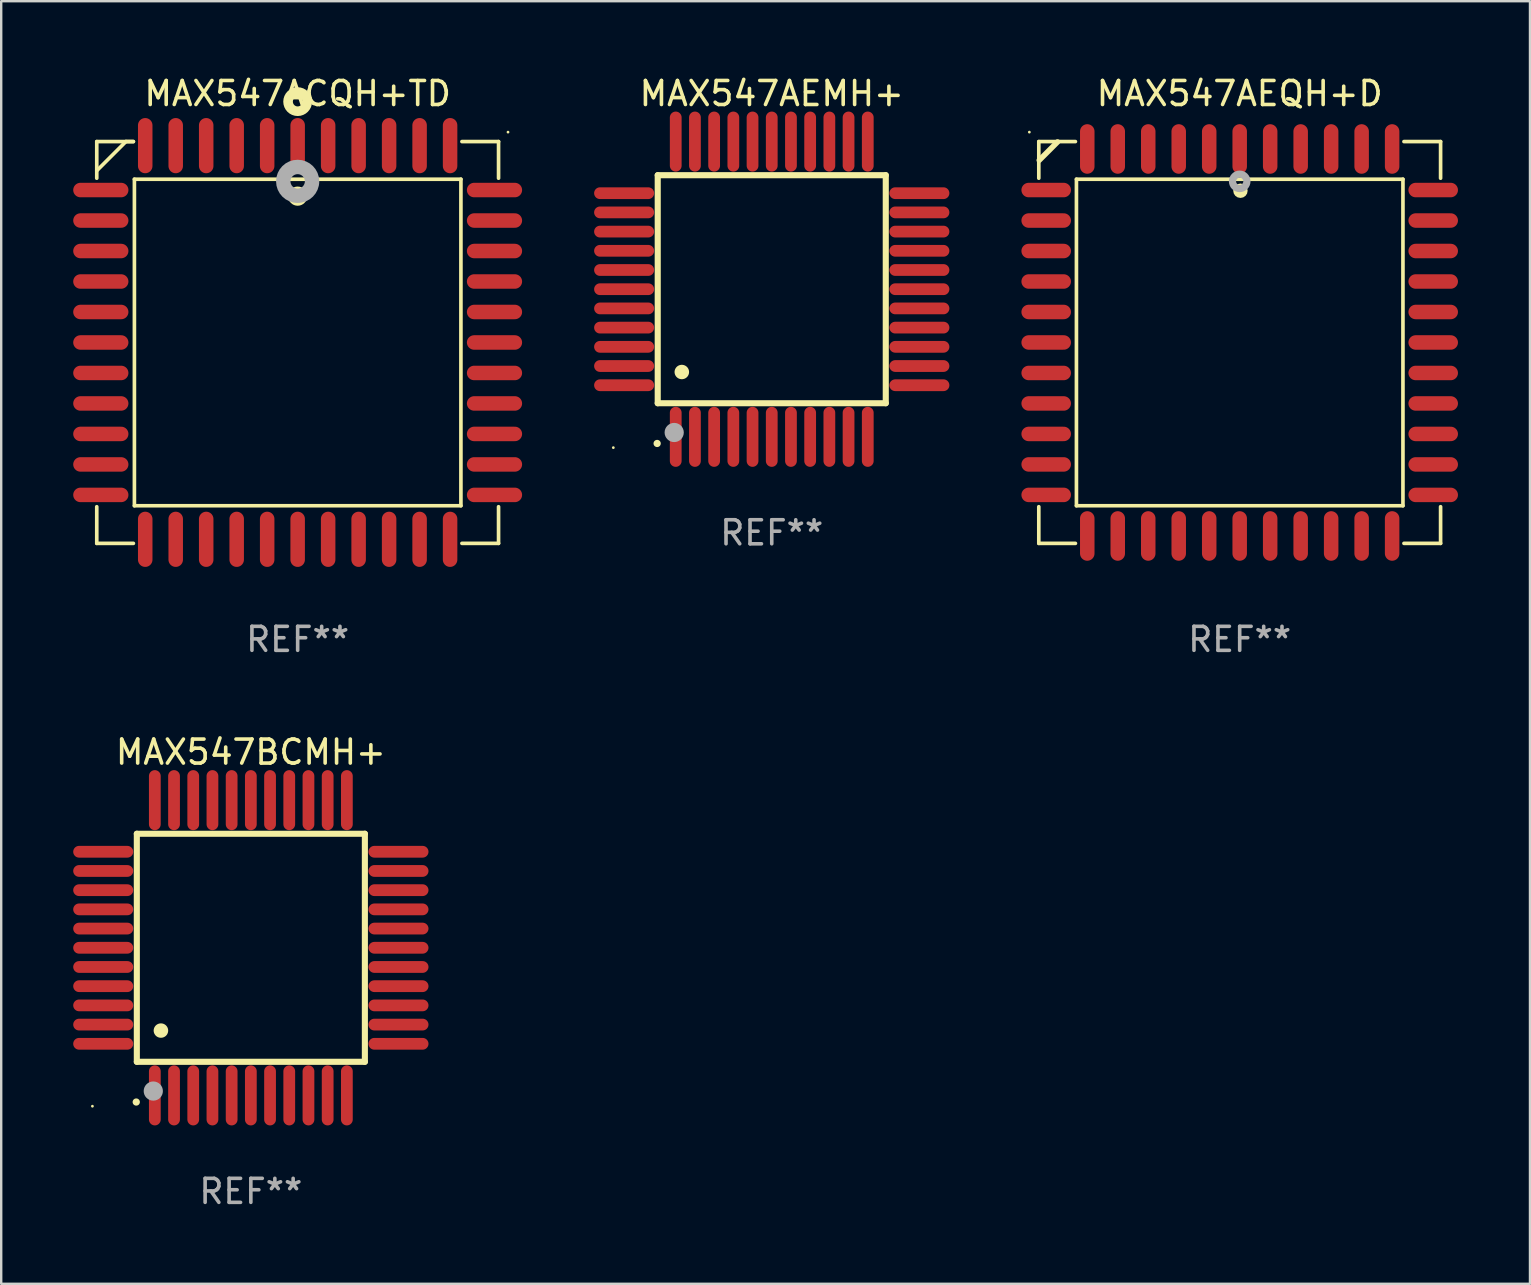
<source format=kicad_pcb>
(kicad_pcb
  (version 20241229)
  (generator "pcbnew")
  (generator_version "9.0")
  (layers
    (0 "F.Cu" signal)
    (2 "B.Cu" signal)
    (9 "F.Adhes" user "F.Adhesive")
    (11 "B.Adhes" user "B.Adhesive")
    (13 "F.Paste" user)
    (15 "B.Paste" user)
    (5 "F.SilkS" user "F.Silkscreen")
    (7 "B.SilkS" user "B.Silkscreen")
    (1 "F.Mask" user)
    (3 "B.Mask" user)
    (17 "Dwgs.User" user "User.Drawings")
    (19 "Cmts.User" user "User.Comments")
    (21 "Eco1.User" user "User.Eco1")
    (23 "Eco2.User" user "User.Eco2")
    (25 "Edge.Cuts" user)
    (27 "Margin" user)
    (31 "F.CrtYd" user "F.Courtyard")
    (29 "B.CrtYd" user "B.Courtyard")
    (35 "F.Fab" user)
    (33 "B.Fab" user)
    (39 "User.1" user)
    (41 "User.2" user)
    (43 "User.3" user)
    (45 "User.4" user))
  (footprint "MAX547AEQH+D"
    (layer "F.Cu")
    (at 48.594 11.217)
    (property "Reference" "MAX547AEQH+D" (at 0 -10.369 0) (layer "F.SilkS") (effects (font (size 1 1) (thickness 0.15))))
    (attr through_hole)
    (fp_line (start -8.369 -8.369) (end -8.369 -6.843) (stroke (width 0.152) (type solid)) (layer "F.SilkS"))
    (fp_line (start -8.369 8.369) (end -8.369 6.842) (stroke (width 0.152) (type solid)) (layer "F.SilkS"))
    (fp_line (start -7.589 -8.353) (end -8.351 -7.591) (stroke (width 0.229) (type solid)) (layer "F.SilkS"))
    (fp_line (start -6.843 -8.369) (end -8.369 -8.369) (stroke (width 0.152) (type solid)) (layer "F.SilkS"))
    (fp_line (start -6.843 8.369) (end -8.369 8.369) (stroke (width 0.152) (type solid)) (layer "F.SilkS"))
    (fp_line (start -6.801 -6.801) (end 6.801 -6.801) (stroke (width 0.152) (type solid)) (layer "F.SilkS"))
    (fp_line (start -6.801 6.801) (end -6.801 -6.801) (stroke (width 0.152) (type solid)) (layer "F.SilkS"))
    (fp_line (start 6.801 -6.801) (end 6.801 6.801) (stroke (width 0.152) (type solid)) (layer "F.SilkS"))
    (fp_line (start 6.801 6.801) (end -6.801 6.801) (stroke (width 0.152) (type solid)) (layer "F.SilkS"))
    (fp_line (start 6.843 -8.369) (end 8.369 -8.369) (stroke (width 0.152) (type solid)) (layer "F.SilkS"))
    (fp_line (start 6.843 8.369) (end 8.369 8.369) (stroke (width 0.152) (type solid)) (layer "F.SilkS"))
    (fp_line (start 8.369 -8.369) (end 8.369 -6.843) (stroke (width 0.152) (type solid)) (layer "F.SilkS"))
    (fp_line (start 8.369 8.369) (end 8.369 6.842) (stroke (width 0.152) (type solid)) (layer "F.SilkS"))
    (fp_circle (center -8.763 -8.763) (end -8.733 -8.763) (stroke (width 0.06) (type solid)) (fill no) (layer "F.SilkS"))
    (fp_circle (center 0.031 -6.321) (end 0.181 -6.321) (stroke (width 0.3) (type solid)) (fill no) (layer "F.SilkS"))
    (fp_circle (center 0.000076 -6.712) (end 0.15 -6.712) (stroke (width 0.3) (type solid)) (fill no) (layer "F.Fab"))
    (fp_text user "REF**" (at 0 12.369 0) (layer "F.Fab") (effects (font (size 1 1) (thickness 0.15))))
    (pad "1" smd oval (at 0.000076 -8.061 270) (size 2.064 0.604) (layers "F.Cu" "F.Mask" "F.Paste"))
    (pad "2" smd oval (at -1.27 -8.061 270) (size 2.064 0.604) (layers "F.Cu" "F.Mask" "F.Paste"))
    (pad "3" smd oval (at -2.54 -8.061 270) (size 2.064 0.604) (layers "F.Cu" "F.Mask" "F.Paste"))
    (pad "4" smd oval (at -3.81 -8.061 270) (size 2.064 0.604) (layers "F.Cu" "F.Mask" "F.Paste"))
    (pad "5" smd oval (at -5.08 -8.061 270) (size 2.064 0.604) (layers "F.Cu" "F.Mask" "F.Paste"))
    (pad "6" smd oval (at -6.35 -8.061 270) (size 2.064 0.604) (layers "F.Cu" "F.Mask" "F.Paste"))
    (pad "7" smd oval (at -8.061 -6.35 270) (size 0.604 2.064) (layers "F.Cu" "F.Mask" "F.Paste"))
    (pad "8" smd oval (at -8.061 -5.08 270) (size 0.604 2.064) (layers "F.Cu" "F.Mask" "F.Paste"))
    (pad "9" smd oval (at -8.061 -3.81 270) (size 0.604 2.064) (layers "F.Cu" "F.Mask" "F.Paste"))
    (pad "10" smd oval (at -8.061 -2.54 270) (size 0.604 2.064) (layers "F.Cu" "F.Mask" "F.Paste"))
    (pad "11" smd oval (at -8.061 -1.27 270) (size 0.604 2.064) (layers "F.Cu" "F.Mask" "F.Paste"))
    (pad "12" smd oval (at -8.061 -0.000051 270) (size 0.604 2.064) (layers "F.Cu" "F.Mask" "F.Paste"))
    (pad "13" smd oval (at -8.061 1.27 270) (size 0.604 2.064) (layers "F.Cu" "F.Mask" "F.Paste"))
    (pad "14" smd oval (at -8.061 2.54 270) (size 0.604 2.064) (layers "F.Cu" "F.Mask" "F.Paste"))
    (pad "15" smd oval (at -8.061 3.81 270) (size 0.604 2.064) (layers "F.Cu" "F.Mask" "F.Paste"))
    (pad "16" smd oval (at -8.061 5.08 270) (size 0.604 2.064) (layers "F.Cu" "F.Mask" "F.Paste"))
    (pad "17" smd oval (at -8.061 6.35 270) (size 0.604 2.064) (layers "F.Cu" "F.Mask" "F.Paste"))
    (pad "18" smd oval (at -6.35 8.061 270) (size 2.064 0.604) (layers "F.Cu" "F.Mask" "F.Paste"))
    (pad "19" smd oval (at -5.08 8.061 270) (size 2.064 0.604) (layers "F.Cu" "F.Mask" "F.Paste"))
    (pad "20" smd oval (at -3.81 8.061 270) (size 2.064 0.604) (layers "F.Cu" "F.Mask" "F.Paste"))
    (pad "21" smd oval (at -2.54 8.061 270) (size 2.064 0.604) (layers "F.Cu" "F.Mask" "F.Paste"))
    (pad "22" smd oval (at -1.27 8.061 270) (size 2.064 0.604) (layers "F.Cu" "F.Mask" "F.Paste"))
    (pad "23" smd oval (at 0.000076 8.061 270) (size 2.064 0.604) (layers "F.Cu" "F.Mask" "F.Paste"))
    (pad "24" smd oval (at 1.27 8.061 270) (size 2.064 0.604) (layers "F.Cu" "F.Mask" "F.Paste"))
    (pad "25" smd oval (at 2.54 8.061 270) (size 2.064 0.604) (layers "F.Cu" "F.Mask" "F.Paste"))
    (pad "26" smd oval (at 3.81 8.061 270) (size 2.064 0.604) (layers "F.Cu" "F.Mask" "F.Paste"))
    (pad "27" smd oval (at 5.08 8.061 270) (size 2.064 0.604) (layers "F.Cu" "F.Mask" "F.Paste"))
    (pad "28" smd oval (at 6.35 8.061 270) (size 2.064 0.604) (layers "F.Cu" "F.Mask" "F.Paste"))
    (pad "29" smd oval (at 8.061 6.35 270) (size 0.604 2.064) (layers "F.Cu" "F.Mask" "F.Paste"))
    (pad "30" smd oval (at 8.061 5.08 270) (size 0.604 2.064) (layers "F.Cu" "F.Mask" "F.Paste"))
    (pad "31" smd oval (at 8.061 3.81 270) (size 0.604 2.064) (layers "F.Cu" "F.Mask" "F.Paste"))
    (pad "32" smd oval (at 8.061 2.54 270) (size 0.604 2.064) (layers "F.Cu" "F.Mask" "F.Paste"))
    (pad "33" smd oval (at 8.061 1.27 270) (size 0.604 2.064) (layers "F.Cu" "F.Mask" "F.Paste"))
    (pad "34" smd oval (at 8.061 -0.000051 270) (size 0.604 2.064) (layers "F.Cu" "F.Mask" "F.Paste"))
    (pad "35" smd oval (at 8.061 -1.27 270) (size 0.604 2.064) (layers "F.Cu" "F.Mask" "F.Paste"))
    (pad "36" smd oval (at 8.061 -2.54 270) (size 0.604 2.064) (layers "F.Cu" "F.Mask" "F.Paste"))
    (pad "37" smd oval (at 8.061 -3.81 270) (size 0.604 2.064) (layers "F.Cu" "F.Mask" "F.Paste"))
    (pad "38" smd oval (at 8.061 -5.08 270) (size 0.604 2.064) (layers "F.Cu" "F.Mask" "F.Paste"))
    (pad "39" smd oval (at 8.061 -6.35 270) (size 0.604 2.064) (layers "F.Cu" "F.Mask" "F.Paste"))
    (pad "40" smd oval (at 6.35 -8.061 270) (size 2.064 0.604) (layers "F.Cu" "F.Mask" "F.Paste"))
    (pad "41" smd oval (at 5.08 -8.061 270) (size 2.064 0.604) (layers "F.Cu" "F.Mask" "F.Paste"))
    (pad "42" smd oval (at 3.81 -8.061 270) (size 2.064 0.604) (layers "F.Cu" "F.Mask" "F.Paste"))
    (pad "43" smd oval (at 2.54 -8.061 270) (size 2.064 0.604) (layers "F.Cu" "F.Mask" "F.Paste"))
    (pad "44" smd oval (at 1.27 -8.061 270) (size 2.064 0.604) (layers "F.Cu" "F.Mask" "F.Paste")))
  (footprint "MAX547AEMH+"
    (layer "F.Cu")
    (at 29.1 8.998)
    (property "Reference" "MAX547AEMH+" (at 0 -8.15 0) (layer "F.SilkS") (effects (font (size 1 1) (thickness 0.15))))
    (attr through_hole)
    (fp_line (start -4.75 -4.75) (end 4.75 -4.75) (stroke (width 0.254) (type solid)) (layer "F.SilkS"))
    (fp_line (start -4.75 4.75) (end -4.75 -4.75) (stroke (width 0.254) (type solid)) (layer "F.SilkS"))
    (fp_line (start 4.75 -4.75) (end 4.75 4.75) (stroke (width 0.254) (type solid)) (layer "F.SilkS"))
    (fp_line (start 4.75 4.75) (end -4.75 4.75) (stroke (width 0.254) (type solid)) (layer "F.SilkS"))
    (fp_arc (start -4.77521 6.426213) (mid -4.77394 6.426208) (end -4.77267 6.426213) (stroke (width 0.3) (type solid)) (layer "F.SilkS"))
    (fp_arc (start -3.749047 3.449327) (mid -3.746507 3.449316) (end -3.743967 3.449327) (stroke (width 0.6) (type solid)) (layer "F.SilkS"))
    (fp_circle (center -6.6 6.6) (end -6.57 6.6) (stroke (width 0.06) (type solid)) (fill no) (layer "F.SilkS"))
    (fp_circle (center -4.064 5.969) (end -3.864 5.969) (stroke (width 0.4) (type solid)) (fill no) (layer "F.Fab"))
    (fp_text user "REF**" (at 0 10.15 0) (layer "F.Fab") (effects (font (size 1 1) (thickness 0.15))))
    (pad "1" smd oval (at -4 6.15) (size 0.49 2.5) (layers "F.Cu" "F.Mask" "F.Paste"))
    (pad "2" smd oval (at -3.2 6.15) (size 0.49 2.5) (layers "F.Cu" "F.Mask" "F.Paste"))
    (pad "3" smd oval (at -2.4 6.15) (size 0.49 2.5) (layers "F.Cu" "F.Mask" "F.Paste"))
    (pad "4" smd oval (at -1.6 6.15) (size 0.49 2.5) (layers "F.Cu" "F.Mask" "F.Paste"))
    (pad "5" smd oval (at -0.8 6.15) (size 0.49 2.5) (layers "F.Cu" "F.Mask" "F.Paste"))
    (pad "6" smd oval (at 0 6.15) (size 0.49 2.5) (layers "F.Cu" "F.Mask" "F.Paste"))
    (pad "7" smd oval (at 0.8 6.15) (size 0.49 2.5) (layers "F.Cu" "F.Mask" "F.Paste"))
    (pad "8" smd oval (at 1.6 6.15) (size 0.49 2.5) (layers "F.Cu" "F.Mask" "F.Paste"))
    (pad "9" smd oval (at 2.4 6.15) (size 0.49 2.5) (layers "F.Cu" "F.Mask" "F.Paste"))
    (pad "10" smd oval (at 3.2 6.15) (size 0.49 2.5) (layers "F.Cu" "F.Mask" "F.Paste"))
    (pad "11" smd oval (at 4 6.15) (size 0.49 2.5) (layers "F.Cu" "F.Mask" "F.Paste"))
    (pad "12" smd oval (at 6.15 4) (size 2.5 0.49) (layers "F.Cu" "F.Mask" "F.Paste"))
    (pad "13" smd oval (at 6.15 3.2) (size 2.5 0.49) (layers "F.Cu" "F.Mask" "F.Paste"))
    (pad "14" smd oval (at 6.15 2.4) (size 2.5 0.49) (layers "F.Cu" "F.Mask" "F.Paste"))
    (pad "15" smd oval (at 6.15 1.6) (size 2.5 0.49) (layers "F.Cu" "F.Mask" "F.Paste"))
    (pad "16" smd oval (at 6.15 0.8) (size 2.5 0.49) (layers "F.Cu" "F.Mask" "F.Paste"))
    (pad "17" smd oval (at 6.15 0) (size 2.5 0.49) (layers "F.Cu" "F.Mask" "F.Paste"))
    (pad "18" smd oval (at 6.15 -0.8) (size 2.5 0.49) (layers "F.Cu" "F.Mask" "F.Paste"))
    (pad "19" smd oval (at 6.15 -1.6) (size 2.5 0.49) (layers "F.Cu" "F.Mask" "F.Paste"))
    (pad "20" smd oval (at 6.15 -2.4) (size 2.5 0.49) (layers "F.Cu" "F.Mask" "F.Paste"))
    (pad "21" smd oval (at 6.15 -3.2) (size 2.5 0.49) (layers "F.Cu" "F.Mask" "F.Paste"))
    (pad "22" smd oval (at 6.15 -4) (size 2.5 0.49) (layers "F.Cu" "F.Mask" "F.Paste"))
    (pad "23" smd oval (at 4 -6.15) (size 0.49 2.5) (layers "F.Cu" "F.Mask" "F.Paste"))
    (pad "24" smd oval (at 3.2 -6.15) (size 0.49 2.5) (layers "F.Cu" "F.Mask" "F.Paste"))
    (pad "25" smd oval (at 2.4 -6.15) (size 0.49 2.5) (layers "F.Cu" "F.Mask" "F.Paste"))
    (pad "26" smd oval (at 1.6 -6.15) (size 0.49 2.5) (layers "F.Cu" "F.Mask" "F.Paste"))
    (pad "27" smd oval (at 0.8 -6.15) (size 0.49 2.5) (layers "F.Cu" "F.Mask" "F.Paste"))
    (pad "28" smd oval (at 0 -6.15) (size 0.49 2.5) (layers "F.Cu" "F.Mask" "F.Paste"))
    (pad "29" smd oval (at -0.8 -6.15) (size 0.49 2.5) (layers "F.Cu" "F.Mask" "F.Paste"))
    (pad "30" smd oval (at -1.6 -6.15) (size 0.49 2.5) (layers "F.Cu" "F.Mask" "F.Paste"))
    (pad "31" smd oval (at -2.4 -6.15) (size 0.49 2.5) (layers "F.Cu" "F.Mask" "F.Paste"))
    (pad "32" smd oval (at -3.2 -6.15) (size 0.49 2.5) (layers "F.Cu" "F.Mask" "F.Paste"))
    (pad "33" smd oval (at -4 -6.15) (size 0.49 2.5) (layers "F.Cu" "F.Mask" "F.Paste"))
    (pad "34" smd oval (at -6.15 -4) (size 2.5 0.49) (layers "F.Cu" "F.Mask" "F.Paste"))
    (pad "35" smd oval (at -6.15 -3.2) (size 2.5 0.49) (layers "F.Cu" "F.Mask" "F.Paste"))
    (pad "36" smd oval (at -6.15 -2.4) (size 2.5 0.49) (layers "F.Cu" "F.Mask" "F.Paste"))
    (pad "37" smd oval (at -6.15 -1.6) (size 2.5 0.49) (layers "F.Cu" "F.Mask" "F.Paste"))
    (pad "38" smd oval (at -6.15 -0.8) (size 2.5 0.49) (layers "F.Cu" "F.Mask" "F.Paste"))
    (pad "39" smd oval (at -6.15 0) (size 2.5 0.49) (layers "F.Cu" "F.Mask" "F.Paste"))
    (pad "40" smd oval (at -6.15 0.8) (size 2.5 0.49) (layers "F.Cu" "F.Mask" "F.Paste"))
    (pad "41" smd oval (at -6.15 1.6) (size 2.5 0.49) (layers "F.Cu" "F.Mask" "F.Paste"))
    (pad "42" smd oval (at -6.15 2.4) (size 2.5 0.49) (layers "F.Cu" "F.Mask" "F.Paste"))
    (pad "43" smd oval (at -6.15 3.2) (size 2.5 0.49) (layers "F.Cu" "F.Mask" "F.Paste"))
    (pad "44" smd oval (at -6.15 4) (size 2.5 0.49) (layers "F.Cu" "F.Mask" "F.Paste")))
  (footprint "MAX547ACQH+TD"
    (layer "F.Cu")
    (at 9.35 11.217)
    (property "Reference" "MAX547ACQH+TD" (at 0 -10.369 0) (layer "F.SilkS") (effects (font (size 1 1) (thickness 0.15))))
    (attr through_hole)
    (fp_line (start -8.369 -8.369) (end -8.369 -6.843) (stroke (width 0.152) (type solid)) (layer "F.SilkS"))
    (fp_line (start -8.369 8.369) (end -8.369 6.843) (stroke (width 0.152) (type solid)) (layer "F.SilkS"))
    (fp_line (start -7.156 -8.369) (end -8.369 -7.156) (stroke (width 0.152) (type solid)) (layer "F.SilkS"))
    (fp_line (start -6.843 -8.369) (end -8.369 -8.369) (stroke (width 0.152) (type solid)) (layer "F.SilkS"))
    (fp_line (start -6.843 -8.369) (end -7.156 -8.369) (stroke (width 0.152) (type solid)) (layer "F.SilkS"))
    (fp_line (start -6.843 8.369) (end -8.369 8.369) (stroke (width 0.152) (type solid)) (layer "F.SilkS"))
    (fp_line (start -6.801 -6.801) (end 6.801 -6.801) (stroke (width 0.152) (type solid)) (layer "F.SilkS"))
    (fp_line (start -6.801 6.801) (end -6.801 -6.801) (stroke (width 0.152) (type solid)) (layer "F.SilkS"))
    (fp_line (start 6.801 -6.801) (end 6.801 6.801) (stroke (width 0.152) (type solid)) (layer "F.SilkS"))
    (fp_line (start 6.801 6.801) (end -6.801 6.801) (stroke (width 0.152) (type solid)) (layer "F.SilkS"))
    (fp_line (start 6.843 -8.369) (end 8.369 -8.369) (stroke (width 0.152) (type solid)) (layer "F.SilkS"))
    (fp_line (start 6.843 8.369) (end 8.369 8.369) (stroke (width 0.152) (type solid)) (layer "F.SilkS"))
    (fp_line (start 8.369 -8.369) (end 8.369 -6.843) (stroke (width 0.152) (type solid)) (layer "F.SilkS"))
    (fp_line (start 8.369 8.369) (end 8.369 6.843) (stroke (width 0.152) (type solid)) (layer "F.SilkS"))
    (fp_circle (center -0.000013 -6.096) (end 0.2 -6.096) (stroke (width 0.4) (type solid)) (fill no) (layer "F.SilkS"))
    (fp_circle (center 0.000114 -10.033) (end 0.2 -10.033) (stroke (width 0.4) (type solid)) (fill no) (layer "F.SilkS"))
    (fp_circle (center 8.763 -8.763) (end 8.793 -8.763) (stroke (width 0.06) (type solid)) (fill no) (layer "F.SilkS"))
    (fp_circle (center 0.000114 -6.712) (end 0.3 -6.712) (stroke (width 0.6) (type solid)) (fill no) (layer "F.Fab"))
    (fp_text user "REF**" (at 0 12.369 0) (layer "F.Fab") (effects (font (size 1 1) (thickness 0.15))))
    (pad "1" smd oval (at 0.000114 -8.2) (size 0.604 2.3) (layers "F.Cu" "F.Mask" "F.Paste"))
    (pad "2" smd oval (at -1.27 -8.2) (size 0.604 2.3) (layers "F.Cu" "F.Mask" "F.Paste"))
    (pad "3" smd oval (at -2.54 -8.2) (size 0.604 2.3) (layers "F.Cu" "F.Mask" "F.Paste"))
    (pad "4" smd oval (at -3.81 -8.2) (size 0.604 2.3) (layers "F.Cu" "F.Mask" "F.Paste"))
    (pad "5" smd oval (at -5.08 -8.2) (size 0.604 2.3) (layers "F.Cu" "F.Mask" "F.Paste"))
    (pad "6" smd oval (at -6.35 -8.2) (size 0.604 2.3) (layers "F.Cu" "F.Mask" "F.Paste"))
    (pad "7" smd oval (at -8.2 -6.35) (size 2.3 0.604) (layers "F.Cu" "F.Mask" "F.Paste"))
    (pad "8" smd oval (at -8.2 -5.08) (size 2.3 0.604) (layers "F.Cu" "F.Mask" "F.Paste"))
    (pad "9" smd oval (at -8.2 -3.81) (size 2.3 0.604) (layers "F.Cu" "F.Mask" "F.Paste"))
    (pad "10" smd oval (at -8.2 -2.54) (size 2.3 0.604) (layers "F.Cu" "F.Mask" "F.Paste"))
    (pad "11" smd oval (at -8.2 -1.27) (size 2.3 0.604) (layers "F.Cu" "F.Mask" "F.Paste"))
    (pad "12" smd oval (at -8.2 0.000127) (size 2.3 0.604) (layers "F.Cu" "F.Mask" "F.Paste"))
    (pad "13" smd oval (at -8.2 1.27) (size 2.3 0.604) (layers "F.Cu" "F.Mask" "F.Paste"))
    (pad "14" smd oval (at -8.2 2.54) (size 2.3 0.604) (layers "F.Cu" "F.Mask" "F.Paste"))
    (pad "15" smd oval (at -8.2 3.81) (size 2.3 0.604) (layers "F.Cu" "F.Mask" "F.Paste"))
    (pad "16" smd oval (at -8.2 5.08) (size 2.3 0.604) (layers "F.Cu" "F.Mask" "F.Paste"))
    (pad "17" smd oval (at -8.2 6.35) (size 2.3 0.604) (layers "F.Cu" "F.Mask" "F.Paste"))
    (pad "18" smd oval (at -6.35 8.2) (size 0.604 2.3) (layers "F.Cu" "F.Mask" "F.Paste"))
    (pad "19" smd oval (at -5.08 8.2) (size 0.604 2.3) (layers "F.Cu" "F.Mask" "F.Paste"))
    (pad "20" smd oval (at -3.81 8.2) (size 0.604 2.3) (layers "F.Cu" "F.Mask" "F.Paste"))
    (pad "21" smd oval (at -2.54 8.2) (size 0.604 2.3) (layers "F.Cu" "F.Mask" "F.Paste"))
    (pad "22" smd oval (at -1.27 8.2) (size 0.604 2.3) (layers "F.Cu" "F.Mask" "F.Paste"))
    (pad "23" smd oval (at 0.000114 8.2) (size 0.604 2.3) (layers "F.Cu" "F.Mask" "F.Paste"))
    (pad "24" smd oval (at 1.27 8.2) (size 0.604 2.3) (layers "F.Cu" "F.Mask" "F.Paste"))
    (pad "25" smd oval (at 2.54 8.2) (size 0.604 2.3) (layers "F.Cu" "F.Mask" "F.Paste"))
    (pad "26" smd oval (at 3.81 8.2) (size 0.604 2.3) (layers "F.Cu" "F.Mask" "F.Paste"))
    (pad "27" smd oval (at 5.08 8.2) (size 0.604 2.3) (layers "F.Cu" "F.Mask" "F.Paste"))
    (pad "28" smd oval (at 6.35 8.2) (size 0.604 2.3) (layers "F.Cu" "F.Mask" "F.Paste"))
    (pad "29" smd oval (at 8.2 6.35) (size 2.3 0.604) (layers "F.Cu" "F.Mask" "F.Paste"))
    (pad "30" smd oval (at 8.2 5.08) (size 2.3 0.604) (layers "F.Cu" "F.Mask" "F.Paste"))
    (pad "31" smd oval (at 8.2 3.81) (size 2.3 0.604) (layers "F.Cu" "F.Mask" "F.Paste"))
    (pad "32" smd oval (at 8.2 2.54) (size 2.3 0.604) (layers "F.Cu" "F.Mask" "F.Paste"))
    (pad "33" smd oval (at 8.2 1.27) (size 2.3 0.604) (layers "F.Cu" "F.Mask" "F.Paste"))
    (pad "34" smd oval (at 8.2 0.000127) (size 2.3 0.604) (layers "F.Cu" "F.Mask" "F.Paste"))
    (pad "35" smd oval (at 8.2 -1.27) (size 2.3 0.604) (layers "F.Cu" "F.Mask" "F.Paste"))
    (pad "36" smd oval (at 8.2 -2.54) (size 2.3 0.604) (layers "F.Cu" "F.Mask" "F.Paste"))
    (pad "37" smd oval (at 8.2 -3.81) (size 2.3 0.604) (layers "F.Cu" "F.Mask" "F.Paste"))
    (pad "38" smd oval (at 8.2 -5.08) (size 2.3 0.604) (layers "F.Cu" "F.Mask" "F.Paste"))
    (pad "39" smd oval (at 8.2 -6.35) (size 2.3 0.604) (layers "F.Cu" "F.Mask" "F.Paste"))
    (pad "40" smd oval (at 6.35 -8.2) (size 0.604 2.3) (layers "F.Cu" "F.Mask" "F.Paste"))
    (pad "41" smd oval (at 5.08 -8.2) (size 0.604 2.3) (layers "F.Cu" "F.Mask" "F.Paste"))
    (pad "42" smd oval (at 3.81 -8.2) (size 0.604 2.3) (layers "F.Cu" "F.Mask" "F.Paste"))
    (pad "43" smd oval (at 2.54 -8.2) (size 0.604 2.3) (layers "F.Cu" "F.Mask" "F.Paste"))
    (pad "44" smd oval (at 1.27 -8.2) (size 0.604 2.3) (layers "F.Cu" "F.Mask" "F.Paste")))
  (footprint "MAX547BCMH+"
    (layer "F.Cu")
    (at 7.4 36.433)
    (property "Reference" "MAX547BCMH+" (at 0 -8.15 0) (layer "F.SilkS") (effects (font (size 1 1) (thickness 0.15))))
    (attr through_hole)
    (fp_line (start -4.75 -4.75) (end 4.75 -4.75) (stroke (width 0.254) (type solid)) (layer "F.SilkS"))
    (fp_line (start -4.75 4.75) (end -4.75 -4.75) (stroke (width 0.254) (type solid)) (layer "F.SilkS"))
    (fp_line (start 4.75 -4.75) (end 4.75 4.75) (stroke (width 0.254) (type solid)) (layer "F.SilkS"))
    (fp_line (start 4.75 4.75) (end -4.75 4.75) (stroke (width 0.254) (type solid)) (layer "F.SilkS"))
    (fp_arc (start -4.77521 6.426213) (mid -4.77394 6.426208) (end -4.77267 6.426213) (stroke (width 0.3) (type solid)) (layer "F.SilkS"))
    (fp_arc (start -3.749047 3.449327) (mid -3.746507 3.449316) (end -3.743967 3.449327) (stroke (width 0.6) (type solid)) (layer "F.SilkS"))
    (fp_circle (center -6.6 6.6) (end -6.57 6.6) (stroke (width 0.06) (type solid)) (fill no) (layer "F.SilkS"))
    (fp_circle (center -4.064 5.969) (end -3.864 5.969) (stroke (width 0.4) (type solid)) (fill no) (layer "F.Fab"))
    (fp_text user "REF**" (at 0 10.15 0) (layer "F.Fab") (effects (font (size 1 1) (thickness 0.15))))
    (pad "1" smd oval (at -4 6.15) (size 0.49 2.5) (layers "F.Cu" "F.Mask" "F.Paste"))
    (pad "2" smd oval (at -3.2 6.15) (size 0.49 2.5) (layers "F.Cu" "F.Mask" "F.Paste"))
    (pad "3" smd oval (at -2.4 6.15) (size 0.49 2.5) (layers "F.Cu" "F.Mask" "F.Paste"))
    (pad "4" smd oval (at -1.6 6.15) (size 0.49 2.5) (layers "F.Cu" "F.Mask" "F.Paste"))
    (pad "5" smd oval (at -0.8 6.15) (size 0.49 2.5) (layers "F.Cu" "F.Mask" "F.Paste"))
    (pad "6" smd oval (at 0 6.15) (size 0.49 2.5) (layers "F.Cu" "F.Mask" "F.Paste"))
    (pad "7" smd oval (at 0.8 6.15) (size 0.49 2.5) (layers "F.Cu" "F.Mask" "F.Paste"))
    (pad "8" smd oval (at 1.6 6.15) (size 0.49 2.5) (layers "F.Cu" "F.Mask" "F.Paste"))
    (pad "9" smd oval (at 2.4 6.15) (size 0.49 2.5) (layers "F.Cu" "F.Mask" "F.Paste"))
    (pad "10" smd oval (at 3.2 6.15) (size 0.49 2.5) (layers "F.Cu" "F.Mask" "F.Paste"))
    (pad "11" smd oval (at 4 6.15) (size 0.49 2.5) (layers "F.Cu" "F.Mask" "F.Paste"))
    (pad "12" smd oval (at 6.15 4) (size 2.5 0.49) (layers "F.Cu" "F.Mask" "F.Paste"))
    (pad "13" smd oval (at 6.15 3.2) (size 2.5 0.49) (layers "F.Cu" "F.Mask" "F.Paste"))
    (pad "14" smd oval (at 6.15 2.4) (size 2.5 0.49) (layers "F.Cu" "F.Mask" "F.Paste"))
    (pad "15" smd oval (at 6.15 1.6) (size 2.5 0.49) (layers "F.Cu" "F.Mask" "F.Paste"))
    (pad "16" smd oval (at 6.15 0.8) (size 2.5 0.49) (layers "F.Cu" "F.Mask" "F.Paste"))
    (pad "17" smd oval (at 6.15 0) (size 2.5 0.49) (layers "F.Cu" "F.Mask" "F.Paste"))
    (pad "18" smd oval (at 6.15 -0.8) (size 2.5 0.49) (layers "F.Cu" "F.Mask" "F.Paste"))
    (pad "19" smd oval (at 6.15 -1.6) (size 2.5 0.49) (layers "F.Cu" "F.Mask" "F.Paste"))
    (pad "20" smd oval (at 6.15 -2.4) (size 2.5 0.49) (layers "F.Cu" "F.Mask" "F.Paste"))
    (pad "21" smd oval (at 6.15 -3.2) (size 2.5 0.49) (layers "F.Cu" "F.Mask" "F.Paste"))
    (pad "22" smd oval (at 6.15 -4) (size 2.5 0.49) (layers "F.Cu" "F.Mask" "F.Paste"))
    (pad "23" smd oval (at 4 -6.15) (size 0.49 2.5) (layers "F.Cu" "F.Mask" "F.Paste"))
    (pad "24" smd oval (at 3.2 -6.15) (size 0.49 2.5) (layers "F.Cu" "F.Mask" "F.Paste"))
    (pad "25" smd oval (at 2.4 -6.15) (size 0.49 2.5) (layers "F.Cu" "F.Mask" "F.Paste"))
    (pad "26" smd oval (at 1.6 -6.15) (size 0.49 2.5) (layers "F.Cu" "F.Mask" "F.Paste"))
    (pad "27" smd oval (at 0.8 -6.15) (size 0.49 2.5) (layers "F.Cu" "F.Mask" "F.Paste"))
    (pad "28" smd oval (at 0 -6.15) (size 0.49 2.5) (layers "F.Cu" "F.Mask" "F.Paste"))
    (pad "29" smd oval (at -0.8 -6.15) (size 0.49 2.5) (layers "F.Cu" "F.Mask" "F.Paste"))
    (pad "30" smd oval (at -1.6 -6.15) (size 0.49 2.5) (layers "F.Cu" "F.Mask" "F.Paste"))
    (pad "31" smd oval (at -2.4 -6.15) (size 0.49 2.5) (layers "F.Cu" "F.Mask" "F.Paste"))
    (pad "32" smd oval (at -3.2 -6.15) (size 0.49 2.5) (layers "F.Cu" "F.Mask" "F.Paste"))
    (pad "33" smd oval (at -4 -6.15) (size 0.49 2.5) (layers "F.Cu" "F.Mask" "F.Paste"))
    (pad "34" smd oval (at -6.15 -4) (size 2.5 0.49) (layers "F.Cu" "F.Mask" "F.Paste"))
    (pad "35" smd oval (at -6.15 -3.2) (size 2.5 0.49) (layers "F.Cu" "F.Mask" "F.Paste"))
    (pad "36" smd oval (at -6.15 -2.4) (size 2.5 0.49) (layers "F.Cu" "F.Mask" "F.Paste"))
    (pad "37" smd oval (at -6.15 -1.6) (size 2.5 0.49) (layers "F.Cu" "F.Mask" "F.Paste"))
    (pad "38" smd oval (at -6.15 -0.8) (size 2.5 0.49) (layers "F.Cu" "F.Mask" "F.Paste"))
    (pad "39" smd oval (at -6.15 0) (size 2.5 0.49) (layers "F.Cu" "F.Mask" "F.Paste"))
    (pad "40" smd oval (at -6.15 0.8) (size 2.5 0.49) (layers "F.Cu" "F.Mask" "F.Paste"))
    (pad "41" smd oval (at -6.15 1.6) (size 2.5 0.49) (layers "F.Cu" "F.Mask" "F.Paste"))
    (pad "42" smd oval (at -6.15 2.4) (size 2.5 0.49) (layers "F.Cu" "F.Mask" "F.Paste"))
    (pad "43" smd oval (at -6.15 3.2) (size 2.5 0.49) (layers "F.Cu" "F.Mask" "F.Paste"))
    (pad "44" smd oval (at -6.15 4) (size 2.5 0.49) (layers "F.Cu" "F.Mask" "F.Paste")))
  (gr_rect
    (start -3 -3)
    (end 60.687 50.432)
    (stroke (width 0.1) (type default))
    (fill no)
    (layer "Edge.Cuts")))
</source>
